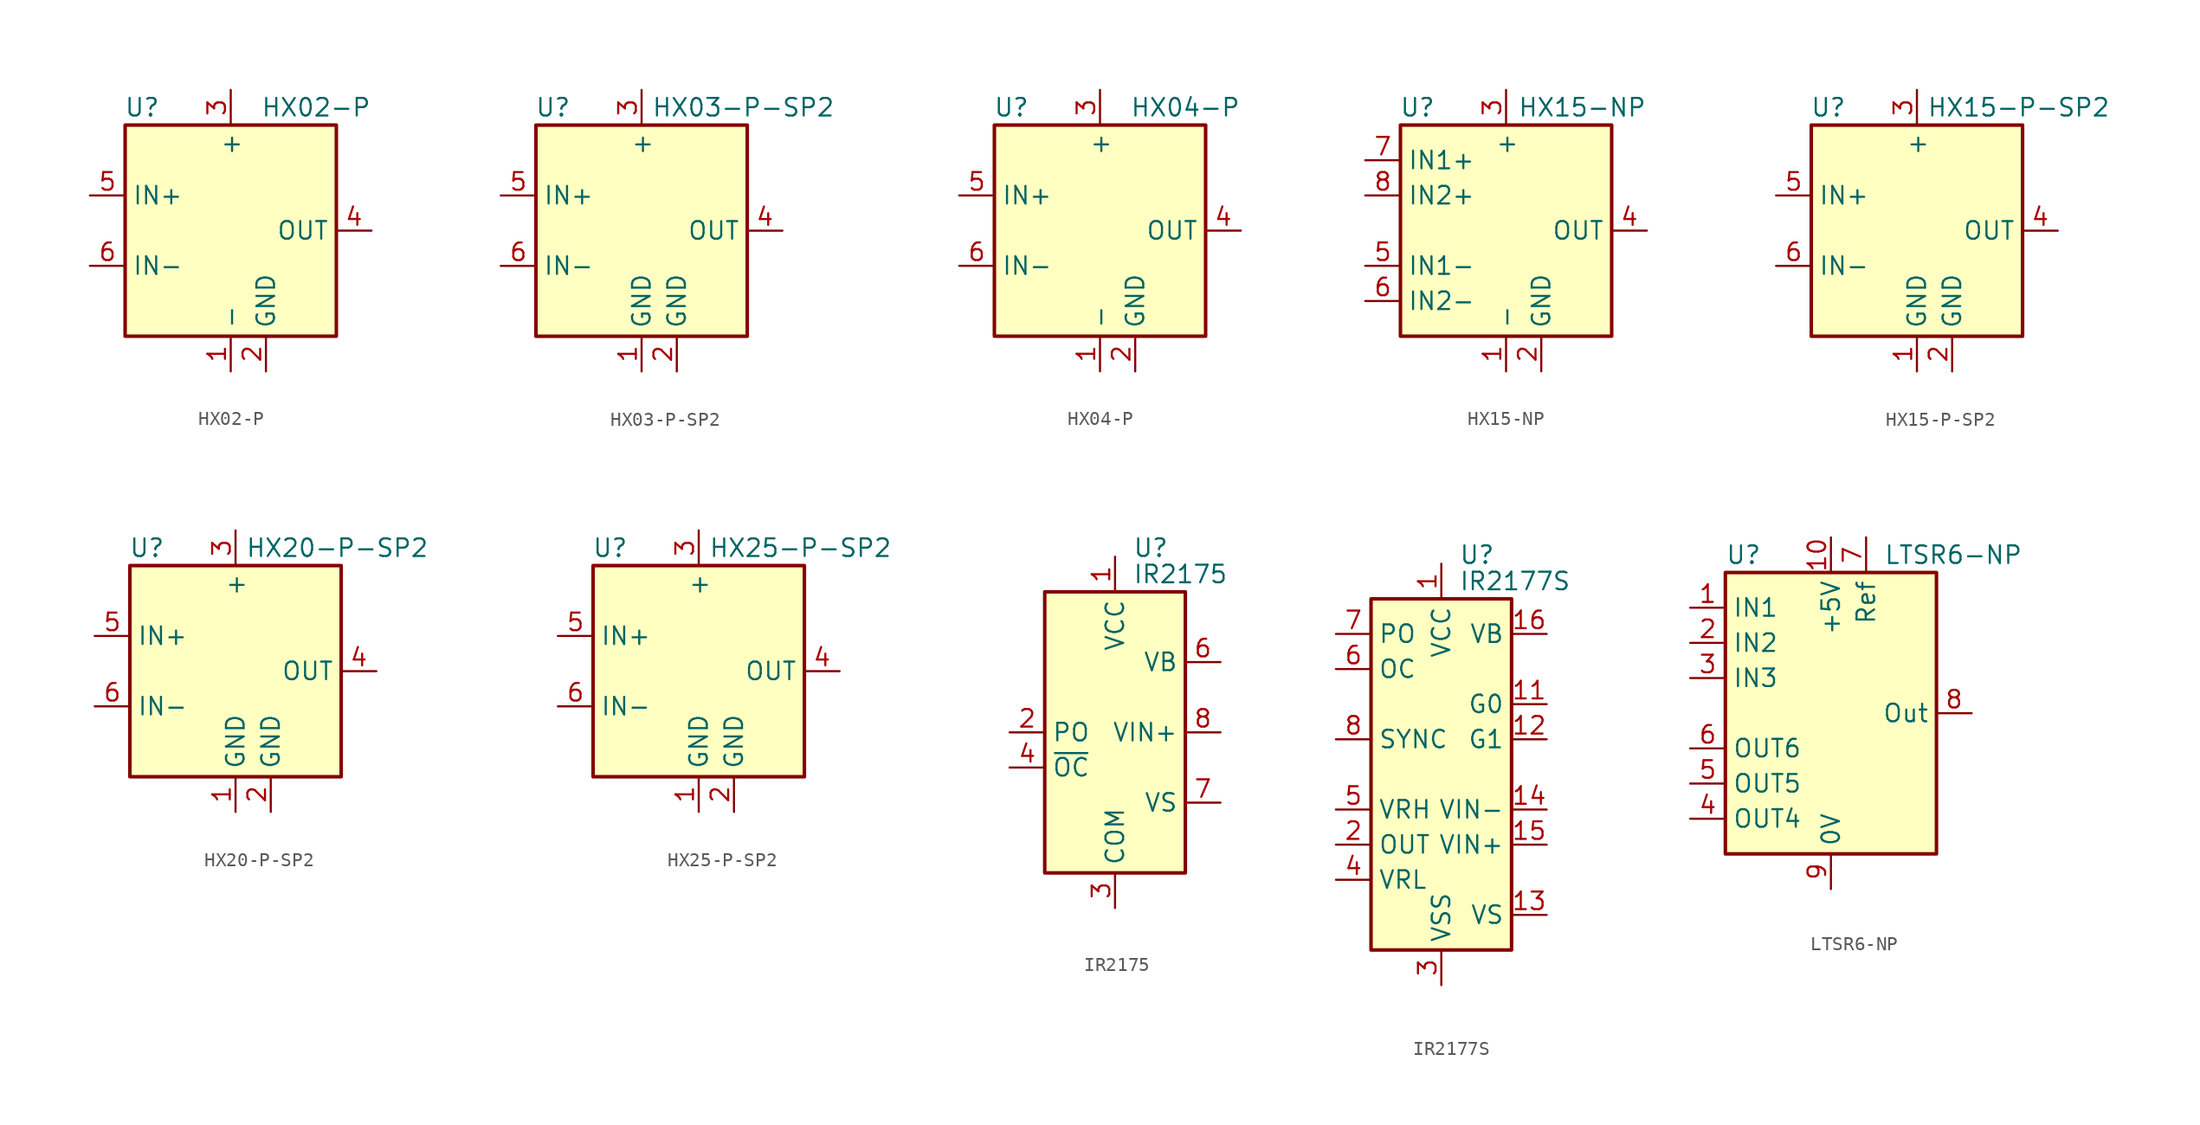
<source format=kicad_sym>
(kicad_symbol_lib
  (version 20201005)
  (generator kicad_symbol_editor)
  (symbol "HX02-P"
    (property "Reference" "U"
      (at -5.08 8.89 0)
      (effects (font (size 1.27 1.27)) (justify right)))
    (property "Value" "HX02-P"
      (at 10.16 8.89 0)
      (effects (font (size 1.27 1.27)) (justify right)))
    (symbol "HX02-P_0_1"
      (rectangle (start -7.62 7.62) (end 7.62 -7.62) (stroke (width 0.254)) (fill (type background))))
    (symbol "HX02-P_1_1"
      (pin power_in line (at 0 -10.16 90) (length 2.54) (name "-" (effects (font (size 1.27 1.27)))) (number "1" (effects (font (size 1.27 1.27)))))
      (pin power_in line (at 2.54 -10.16 90) (length 2.54) (name "GND" (effects (font (size 1.27 1.27)))) (number "2" (effects (font (size 1.27 1.27)))))
      (pin power_in line (at 0 10.16 270) (length 2.54) (name "+" (effects (font (size 1.27 1.27)))) (number "3" (effects (font (size 1.27 1.27)))))
      (pin output line (at 10.16 0 180) (length 2.54) (name "OUT" (effects (font (size 1.27 1.27)))) (number "4" (effects (font (size 1.27 1.27)))))
      (pin passive line (at -10.16 2.54 0) (length 2.54) (name "IN+" (effects (font (size 1.27 1.27)))) (number "5" (effects (font (size 1.27 1.27)))))
      (pin passive line (at -10.16 -2.54 0) (length 2.54) (name "IN-" (effects (font (size 1.27 1.27)))) (number "6" (effects (font (size 1.27 1.27)))))))
  (symbol "HX03-P-SP2"
    (property "Reference" "U"
      (at -5.08 8.89 0)
      (effects (font (size 1.27 1.27)) (justify right)))
    (property "Value" "HX03-P-SP2"
      (at 13.97 8.89 0)
      (effects (font (size 1.27 1.27)) (justify right)))
    (symbol "HX03-P-SP2_0_1"
      (rectangle (start -7.62 7.62) (end 7.62 -7.62) (stroke (width 0.254)) (fill (type background))))
    (symbol "HX03-P-SP2_1_1"
      (pin power_in line (at 0 -10.16 90) (length 2.54) (name "GND" (effects (font (size 1.27 1.27)))) (number "1" (effects (font (size 1.27 1.27)))))
      (pin power_in line (at 2.54 -10.16 90) (length 2.54) (name "GND" (effects (font (size 1.27 1.27)))) (number "2" (effects (font (size 1.27 1.27)))))
      (pin power_in line (at 0 10.16 270) (length 2.54) (name "+" (effects (font (size 1.27 1.27)))) (number "3" (effects (font (size 1.27 1.27)))))
      (pin output line (at 10.16 0 180) (length 2.54) (name "OUT" (effects (font (size 1.27 1.27)))) (number "4" (effects (font (size 1.27 1.27)))))
      (pin passive line (at -10.16 2.54 0) (length 2.54) (name "IN+" (effects (font (size 1.27 1.27)))) (number "5" (effects (font (size 1.27 1.27)))))
      (pin passive line (at -10.16 -2.54 0) (length 2.54) (name "IN-" (effects (font (size 1.27 1.27)))) (number "6" (effects (font (size 1.27 1.27)))))))
  (symbol "HX04-P"
    (property "Reference" "U"
      (at -5.08 8.89 0)
      (effects (font (size 1.27 1.27)) (justify right)))
    (property "Value" "HX04-P"
      (at 10.16 8.89 0)
      (effects (font (size 1.27 1.27)) (justify right)))
    (symbol "HX04-P_0_1"
      (rectangle (start -7.62 7.62) (end 7.62 -7.62) (stroke (width 0.254)) (fill (type background))))
    (symbol "HX04-P_1_1"
      (pin power_in line (at 0 -10.16 90) (length 2.54) (name "-" (effects (font (size 1.27 1.27)))) (number "1" (effects (font (size 1.27 1.27)))))
      (pin power_in line (at 2.54 -10.16 90) (length 2.54) (name "GND" (effects (font (size 1.27 1.27)))) (number "2" (effects (font (size 1.27 1.27)))))
      (pin power_in line (at 0 10.16 270) (length 2.54) (name "+" (effects (font (size 1.27 1.27)))) (number "3" (effects (font (size 1.27 1.27)))))
      (pin output line (at 10.16 0 180) (length 2.54) (name "OUT" (effects (font (size 1.27 1.27)))) (number "4" (effects (font (size 1.27 1.27)))))
      (pin passive line (at -10.16 2.54 0) (length 2.54) (name "IN+" (effects (font (size 1.27 1.27)))) (number "5" (effects (font (size 1.27 1.27)))))
      (pin passive line (at -10.16 -2.54 0) (length 2.54) (name "IN-" (effects (font (size 1.27 1.27)))) (number "6" (effects (font (size 1.27 1.27)))))))
  (symbol "HX15-NP"
    (property "Reference" "U"
      (at -5.08 8.89 0)
      (effects (font (size 1.27 1.27)) (justify right)))
    (property "Value" "HX15-NP"
      (at 10.16 8.89 0)
      (effects (font (size 1.27 1.27)) (justify right)))
    (symbol "HX15-NP_0_1"
      (rectangle (start -7.62 7.62) (end 7.62 -7.62) (stroke (width 0.254)) (fill (type background))))
    (symbol "HX15-NP_1_1"
      (pin power_in line (at 0 -10.16 90) (length 2.54) (name "-" (effects (font (size 1.27 1.27)))) (number "1" (effects (font (size 1.27 1.27)))))
      (pin power_in line (at 2.54 -10.16 90) (length 2.54) (name "GND" (effects (font (size 1.27 1.27)))) (number "2" (effects (font (size 1.27 1.27)))))
      (pin power_in line (at 0 10.16 270) (length 2.54) (name "+" (effects (font (size 1.27 1.27)))) (number "3" (effects (font (size 1.27 1.27)))))
      (pin output line (at 10.16 0 180) (length 2.54) (name "OUT" (effects (font (size 1.27 1.27)))) (number "4" (effects (font (size 1.27 1.27)))))
      (pin passive line (at -10.16 -2.54 0) (length 2.54) (name "IN1-" (effects (font (size 1.27 1.27)))) (number "5" (effects (font (size 1.27 1.27)))))
      (pin passive line (at -10.16 -5.08 0) (length 2.54) (name "IN2-" (effects (font (size 1.27 1.27)))) (number "6" (effects (font (size 1.27 1.27)))))
      (pin passive line (at -10.16 5.08 0) (length 2.54) (name "IN1+" (effects (font (size 1.27 1.27)))) (number "7" (effects (font (size 1.27 1.27)))))
      (pin passive line (at -10.16 2.54 0) (length 2.54) (name "IN2+" (effects (font (size 1.27 1.27)))) (number "8" (effects (font (size 1.27 1.27)))))))
  (symbol "HX15-P-SP2"
    (property "Reference" "U"
      (at -5.08 8.89 0)
      (effects (font (size 1.27 1.27)) (justify right)))
    (property "Value" "HX15-P-SP2"
      (at 13.97 8.89 0)
      (effects (font (size 1.27 1.27)) (justify right)))
    (symbol "HX15-P-SP2_0_1"
      (rectangle (start -7.62 7.62) (end 7.62 -7.62) (stroke (width 0.254)) (fill (type background))))
    (symbol "HX15-P-SP2_1_1"
      (pin power_in line (at 0 -10.16 90) (length 2.54) (name "GND" (effects (font (size 1.27 1.27)))) (number "1" (effects (font (size 1.27 1.27)))))
      (pin power_in line (at 2.54 -10.16 90) (length 2.54) (name "GND" (effects (font (size 1.27 1.27)))) (number "2" (effects (font (size 1.27 1.27)))))
      (pin power_in line (at 0 10.16 270) (length 2.54) (name "+" (effects (font (size 1.27 1.27)))) (number "3" (effects (font (size 1.27 1.27)))))
      (pin output line (at 10.16 0 180) (length 2.54) (name "OUT" (effects (font (size 1.27 1.27)))) (number "4" (effects (font (size 1.27 1.27)))))
      (pin passive line (at -10.16 2.54 0) (length 2.54) (name "IN+" (effects (font (size 1.27 1.27)))) (number "5" (effects (font (size 1.27 1.27)))))
      (pin passive line (at -10.16 -2.54 0) (length 2.54) (name "IN-" (effects (font (size 1.27 1.27)))) (number "6" (effects (font (size 1.27 1.27)))))))
  (symbol "HX20-P-SP2"
    (property "Reference" "U"
      (at -5.08 8.89 0)
      (effects (font (size 1.27 1.27)) (justify right)))
    (property "Value" "HX20-P-SP2"
      (at 13.97 8.89 0)
      (effects (font (size 1.27 1.27)) (justify right)))
    (symbol "HX20-P-SP2_0_1"
      (rectangle (start -7.62 7.62) (end 7.62 -7.62) (stroke (width 0.254)) (fill (type background))))
    (symbol "HX20-P-SP2_1_1"
      (pin power_in line (at 0 -10.16 90) (length 2.54) (name "GND" (effects (font (size 1.27 1.27)))) (number "1" (effects (font (size 1.27 1.27)))))
      (pin power_in line (at 2.54 -10.16 90) (length 2.54) (name "GND" (effects (font (size 1.27 1.27)))) (number "2" (effects (font (size 1.27 1.27)))))
      (pin power_in line (at 0 10.16 270) (length 2.54) (name "+" (effects (font (size 1.27 1.27)))) (number "3" (effects (font (size 1.27 1.27)))))
      (pin output line (at 10.16 0 180) (length 2.54) (name "OUT" (effects (font (size 1.27 1.27)))) (number "4" (effects (font (size 1.27 1.27)))))
      (pin passive line (at -10.16 2.54 0) (length 2.54) (name "IN+" (effects (font (size 1.27 1.27)))) (number "5" (effects (font (size 1.27 1.27)))))
      (pin passive line (at -10.16 -2.54 0) (length 2.54) (name "IN-" (effects (font (size 1.27 1.27)))) (number "6" (effects (font (size 1.27 1.27)))))))
  (symbol "HX25-P-SP2"
    (property "Reference" "U"
      (at -5.08 8.89 0)
      (effects (font (size 1.27 1.27)) (justify right)))
    (property "Value" "HX25-P-SP2"
      (at 13.97 8.89 0)
      (effects (font (size 1.27 1.27)) (justify right)))
    (symbol "HX25-P-SP2_0_1"
      (rectangle (start -7.62 7.62) (end 7.62 -7.62) (stroke (width 0.254)) (fill (type background))))
    (symbol "HX25-P-SP2_1_1"
      (pin power_in line (at 0 -10.16 90) (length 2.54) (name "GND" (effects (font (size 1.27 1.27)))) (number "1" (effects (font (size 1.27 1.27)))))
      (pin power_in line (at 2.54 -10.16 90) (length 2.54) (name "GND" (effects (font (size 1.27 1.27)))) (number "2" (effects (font (size 1.27 1.27)))))
      (pin power_in line (at 0 10.16 270) (length 2.54) (name "+" (effects (font (size 1.27 1.27)))) (number "3" (effects (font (size 1.27 1.27)))))
      (pin output line (at 10.16 0 180) (length 2.54) (name "OUT" (effects (font (size 1.27 1.27)))) (number "4" (effects (font (size 1.27 1.27)))))
      (pin passive line (at -10.16 2.54 0) (length 2.54) (name "IN+" (effects (font (size 1.27 1.27)))) (number "5" (effects (font (size 1.27 1.27)))))
      (pin passive line (at -10.16 -2.54 0) (length 2.54) (name "IN-" (effects (font (size 1.27 1.27)))) (number "6" (effects (font (size 1.27 1.27)))))))
  (symbol "IR2175"
    (property "Reference" "U"
      (at 1.27 13.335 0)
      (effects (font (size 1.27 1.27)) (justify left)))
    (property "Value" "IR2175"
      (at 1.27 11.43 0)
      (effects (font (size 1.27 1.27)) (justify left)))
    (symbol "IR2175_0_1"
      (rectangle (start -5.08 -10.16) (end 5.08 10.16) (stroke (width 0.254)) (fill (type background))))
    (symbol "IR2175_1_1"
      (pin power_in line (at 0 12.7 270) (length 2.54) (name "VCC" (effects (font (size 1.27 1.27)))) (number "1" (effects (font (size 1.27 1.27)))))
      (pin output line (at -7.62 0 0) (length 2.54) (name "PO" (effects (font (size 1.27 1.27)))) (number "2" (effects (font (size 1.27 1.27)))))
      (pin power_in line (at 0 -12.7 90) (length 2.54) (name "COM" (effects (font (size 1.27 1.27)))) (number "3" (effects (font (size 1.27 1.27)))))
      (pin output line (at -7.62 -2.54 0) (length 2.54) (name "~OC" (effects (font (size 1.27 1.27)))) (number "4" (effects (font (size 1.27 1.27)))))
      (pin no_connect line (at -5.08 2.54 0) (length 2.54) hide (name "NC" (effects (font (size 1.27 1.27)))) (number "5" (effects (font (size 1.27 1.27)))))
      (pin passive line (at 7.62 5.08 180) (length 2.54) (name "VB" (effects (font (size 1.27 1.27)))) (number "6" (effects (font (size 1.27 1.27)))))
      (pin passive line (at 7.62 -5.08 180) (length 2.54) (name "VS" (effects (font (size 1.27 1.27)))) (number "7" (effects (font (size 1.27 1.27)))))
      (pin passive line (at 7.62 0 180) (length 2.54) (name "VIN+" (effects (font (size 1.27 1.27)))) (number "8" (effects (font (size 1.27 1.27)))))))
  (symbol "IR2177S"
    (property "Reference" "U"
      (at 1.27 15.875 0)
      (effects (font (size 1.27 1.27)) (justify left)))
    (property "Value" "IR2177S"
      (at 1.27 13.97 0)
      (effects (font (size 1.27 1.27)) (justify left)))
    (symbol "IR2177S_0_1"
      (rectangle (start -5.08 -12.7) (end 5.08 12.7) (stroke (width 0.254)) (fill (type background))))
    (symbol "IR2177S_1_1"
      (pin power_in line (at 0 15.24 270) (length 2.54) (name "VCC" (effects (font (size 1.27 1.27)))) (number "1" (effects (font (size 1.27 1.27)))))
      (pin no_connect line (at -5.08 0 0) (length 2.54) hide (name "NC" (effects (font (size 1.27 1.27)))) (number "10" (effects (font (size 1.27 1.27)))))
      (pin input line (at 7.62 5.08 180) (length 2.54) (name "G0" (effects (font (size 1.27 1.27)))) (number "11" (effects (font (size 1.27 1.27)))))
      (pin input line (at 7.62 2.54 180) (length 2.54) (name "G1" (effects (font (size 1.27 1.27)))) (number "12" (effects (font (size 1.27 1.27)))))
      (pin passive line (at 7.62 -10.16 180) (length 2.54) (name "VS" (effects (font (size 1.27 1.27)))) (number "13" (effects (font (size 1.27 1.27)))))
      (pin passive line (at 7.62 -2.54 180) (length 2.54) (name "VIN-" (effects (font (size 1.27 1.27)))) (number "14" (effects (font (size 1.27 1.27)))))
      (pin passive line (at 7.62 -5.08 180) (length 2.54) (name "VIN+" (effects (font (size 1.27 1.27)))) (number "15" (effects (font (size 1.27 1.27)))))
      (pin passive line (at 7.62 10.16 180) (length 2.54) (name "VB" (effects (font (size 1.27 1.27)))) (number "16" (effects (font (size 1.27 1.27)))))
      (pin output line (at -7.62 -5.08 0) (length 2.54) (name "OUT" (effects (font (size 1.27 1.27)))) (number "2" (effects (font (size 1.27 1.27)))))
      (pin power_in line (at 0 -15.24 90) (length 2.54) (name "VSS" (effects (font (size 1.27 1.27)))) (number "3" (effects (font (size 1.27 1.27)))))
      (pin input line (at -7.62 -7.62 0) (length 2.54) (name "VRL" (effects (font (size 1.27 1.27)))) (number "4" (effects (font (size 1.27 1.27)))))
      (pin input line (at -7.62 -2.54 0) (length 2.54) (name "VRH" (effects (font (size 1.27 1.27)))) (number "5" (effects (font (size 1.27 1.27)))))
      (pin open_collector line (at -7.62 7.62 0) (length 2.54) (name "OC" (effects (font (size 1.27 1.27)))) (number "6" (effects (font (size 1.27 1.27)))))
      (pin open_collector line (at -7.62 10.16 0) (length 2.54) (name "PO" (effects (font (size 1.27 1.27)))) (number "7" (effects (font (size 1.27 1.27)))))
      (pin input line (at -7.62 2.54 0) (length 2.54) (name "SYNC" (effects (font (size 1.27 1.27)))) (number "8" (effects (font (size 1.27 1.27)))))
      (pin no_connect line (at -5.08 5.08 0) (length 2.54) hide (name "NC" (effects (font (size 1.27 1.27)))) (number "9" (effects (font (size 1.27 1.27)))))))
  (symbol "LTSR6-NP"
    (property "Reference" "U"
      (at -7.62 11.43 0)
      (effects (font (size 1.27 1.27)) (justify left)))
    (property "Value" "LTSR6-NP"
      (at 3.81 11.43 0)
      (effects (font (size 1.27 1.27)) (justify left)))
    (symbol "LTSR6-NP_0_1"
      (rectangle (start -7.62 10.16) (end 7.62 -10.16) (stroke (width 0.254)) (fill (type background))))
    (symbol "LTSR6-NP_1_1"
      (pin passive line (at -10.16 7.62 0) (length 2.54) (name "IN1" (effects (font (size 1.27 1.27)))) (number "1" (effects (font (size 1.27 1.27)))))
      (pin power_in line (at 0 12.7 270) (length 2.54) (name "+5V" (effects (font (size 1.27 1.27)))) (number "10" (effects (font (size 1.27 1.27)))))
      (pin passive line (at -10.16 5.08 0) (length 2.54) (name "IN2" (effects (font (size 1.27 1.27)))) (number "2" (effects (font (size 1.27 1.27)))))
      (pin passive line (at -10.16 2.54 0) (length 2.54) (name "IN3" (effects (font (size 1.27 1.27)))) (number "3" (effects (font (size 1.27 1.27)))))
      (pin passive line (at -10.16 -7.62 0) (length 2.54) (name "OUT4" (effects (font (size 1.27 1.27)))) (number "4" (effects (font (size 1.27 1.27)))))
      (pin passive line (at -10.16 -5.08 0) (length 2.54) (name "OUT5" (effects (font (size 1.27 1.27)))) (number "5" (effects (font (size 1.27 1.27)))))
      (pin passive line (at -10.16 -2.54 0) (length 2.54) (name "OUT6" (effects (font (size 1.27 1.27)))) (number "6" (effects (font (size 1.27 1.27)))))
      (pin passive line (at 2.54 12.7 270) (length 2.54) (name "Ref" (effects (font (size 1.27 1.27)))) (number "7" (effects (font (size 1.27 1.27)))))
      (pin output line (at 10.16 0 180) (length 2.54) (name "Out" (effects (font (size 1.27 1.27)))) (number "8" (effects (font (size 1.27 1.27)))))
      (pin power_in line (at 0 -12.7 90) (length 2.54) (name "0V" (effects (font (size 1.27 1.27)))) (number "9" (effects (font (size 1.27 1.27))))))))
</source>
